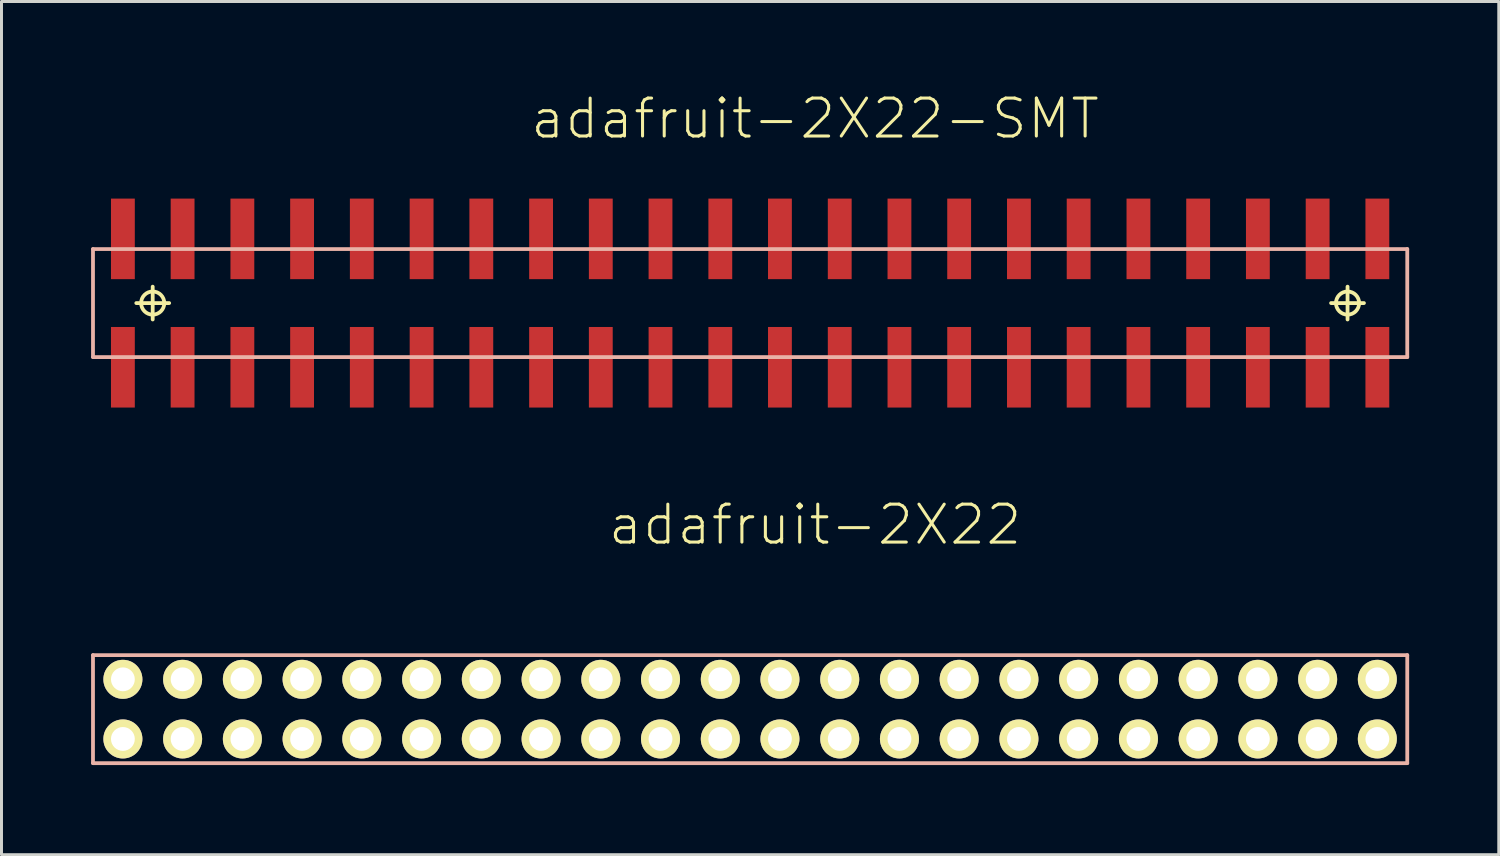
<source format=kicad_pcb>
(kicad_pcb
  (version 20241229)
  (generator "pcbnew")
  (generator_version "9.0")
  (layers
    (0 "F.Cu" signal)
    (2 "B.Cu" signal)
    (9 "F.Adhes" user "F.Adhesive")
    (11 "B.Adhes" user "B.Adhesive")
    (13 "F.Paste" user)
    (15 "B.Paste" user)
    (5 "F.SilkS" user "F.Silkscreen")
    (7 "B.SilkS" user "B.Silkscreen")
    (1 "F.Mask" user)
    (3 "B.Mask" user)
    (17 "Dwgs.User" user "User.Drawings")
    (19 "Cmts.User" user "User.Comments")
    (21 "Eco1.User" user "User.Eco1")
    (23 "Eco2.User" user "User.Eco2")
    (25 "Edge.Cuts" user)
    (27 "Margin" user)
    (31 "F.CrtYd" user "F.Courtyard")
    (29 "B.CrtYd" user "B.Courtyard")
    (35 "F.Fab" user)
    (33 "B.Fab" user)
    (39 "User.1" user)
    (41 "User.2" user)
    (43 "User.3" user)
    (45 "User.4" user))
  (footprint "adafruit-2X22"
    (layer "F.Cu")
    (at 22.062 20.69)
    (property "Reference" "adafruit-2X22" (at 2.174 -6.175 0) (layer "F.SilkS") (effects (font (size 1.27 1.27) (thickness 0.102))))
    (attr exclude_from_pos_files exclude_from_bom)
    (fp_line (start -21.999 -1.808) (end -21.999 1.808) (stroke (width 0.127) (type solid)) (layer "B.SilkS"))
    (fp_line (start -21.999 1.808) (end 21.999 1.808) (stroke (width 0.127) (type solid)) (layer "B.SilkS"))
    (fp_line (start 21.999 -1.808) (end -21.999 -1.808) (stroke (width 0.127) (type solid)) (layer "B.SilkS"))
    (fp_line (start 21.999 1.808) (end 21.999 -1.808) (stroke (width 0.127) (type solid)) (layer "B.SilkS"))
    (pad "1" thru_hole circle (at -20.998 -0.998) (size 1.306 1.306) (drill 0.798) (layers "*.Cu" "F.Mask" "F.SilkS" "F.Paste"))
    (pad "2" thru_hole circle (at -20.998 0.998) (size 1.306 1.306) (drill 0.798) (layers "*.Cu" "F.Mask" "F.SilkS" "F.Paste"))
    (pad "3" thru_hole circle (at -18.999 -0.998) (size 1.306 1.306) (drill 0.798) (layers "*.Cu" "F.Mask" "F.SilkS" "F.Paste"))
    (pad "4" thru_hole circle (at -18.999 0.998) (size 1.306 1.306) (drill 0.798) (layers "*.Cu" "F.Mask" "F.SilkS" "F.Paste"))
    (pad "5" thru_hole circle (at -16.998 -0.998) (size 1.306 1.306) (drill 0.798) (layers "*.Cu" "F.Mask" "F.SilkS" "F.Paste"))
    (pad "6" thru_hole circle (at -16.998 0.998) (size 1.306 1.306) (drill 0.798) (layers "*.Cu" "F.Mask" "F.SilkS" "F.Paste"))
    (pad "7" thru_hole circle (at -14.999 -0.998) (size 1.306 1.306) (drill 0.798) (layers "*.Cu" "F.Mask" "F.SilkS" "F.Paste"))
    (pad "8" thru_hole circle (at -14.999 0.998) (size 1.306 1.306) (drill 0.798) (layers "*.Cu" "F.Mask" "F.SilkS" "F.Paste"))
    (pad "9" thru_hole circle (at -13 -0.998) (size 1.306 1.306) (drill 0.798) (layers "*.Cu" "F.Mask" "F.SilkS" "F.Paste"))
    (pad "10" thru_hole circle (at -13 0.998) (size 1.306 1.306) (drill 0.798) (layers "*.Cu" "F.Mask" "F.SilkS" "F.Paste"))
    (pad "11" thru_hole circle (at -10.998 -0.998) (size 1.306 1.306) (drill 0.798) (layers "*.Cu" "F.Mask" "F.SilkS" "F.Paste"))
    (pad "12" thru_hole circle (at -10.998 0.998) (size 1.306 1.306) (drill 0.798) (layers "*.Cu" "F.Mask" "F.SilkS" "F.Paste"))
    (pad "13" thru_hole circle (at -8.999 -0.998) (size 1.306 1.306) (drill 0.798) (layers "*.Cu" "F.Mask" "F.SilkS" "F.Paste"))
    (pad "14" thru_hole circle (at -8.999 0.998) (size 1.306 1.306) (drill 0.798) (layers "*.Cu" "F.Mask" "F.SilkS" "F.Paste"))
    (pad "15" thru_hole circle (at -6.998 -0.998) (size 1.306 1.306) (drill 0.798) (layers "*.Cu" "F.Mask" "F.SilkS" "F.Paste"))
    (pad "16" thru_hole circle (at -6.998 0.998) (size 1.306 1.306) (drill 0.798) (layers "*.Cu" "F.Mask" "F.SilkS" "F.Paste"))
    (pad "17" thru_hole circle (at -4.999 -0.998) (size 1.306 1.306) (drill 0.798) (layers "*.Cu" "F.Mask" "F.SilkS" "F.Paste"))
    (pad "18" thru_hole circle (at -4.999 0.998) (size 1.306 1.306) (drill 0.798) (layers "*.Cu" "F.Mask" "F.SilkS" "F.Paste"))
    (pad "19" thru_hole circle (at -3 -0.998) (size 1.306 1.306) (drill 0.798) (layers "*.Cu" "F.Mask" "F.SilkS" "F.Paste"))
    (pad "20" thru_hole circle (at -3 0.998) (size 1.306 1.306) (drill 0.798) (layers "*.Cu" "F.Mask" "F.SilkS" "F.Paste"))
    (pad "21" thru_hole circle (at -0.998 -0.998) (size 1.306 1.306) (drill 0.798) (layers "*.Cu" "F.Mask" "F.SilkS" "F.Paste"))
    (pad "22" thru_hole circle (at -0.998 0.998) (size 1.306 1.306) (drill 0.798) (layers "*.Cu" "F.Mask" "F.SilkS" "F.Paste"))
    (pad "23" thru_hole circle (at 0.998 -0.998) (size 1.306 1.306) (drill 0.798) (layers "*.Cu" "F.Mask" "F.SilkS" "F.Paste"))
    (pad "24" thru_hole circle (at 0.998 0.998) (size 1.306 1.306) (drill 0.798) (layers "*.Cu" "F.Mask" "F.SilkS" "F.Paste"))
    (pad "25" thru_hole circle (at 3 -0.998) (size 1.306 1.306) (drill 0.798) (layers "*.Cu" "F.Mask" "F.SilkS" "F.Paste"))
    (pad "26" thru_hole circle (at 3 0.998) (size 1.306 1.306) (drill 0.798) (layers "*.Cu" "F.Mask" "F.SilkS" "F.Paste"))
    (pad "27" thru_hole circle (at 4.999 -0.998) (size 1.306 1.306) (drill 0.798) (layers "*.Cu" "F.Mask" "F.SilkS" "F.Paste"))
    (pad "28" thru_hole circle (at 4.999 0.998) (size 1.306 1.306) (drill 0.798) (layers "*.Cu" "F.Mask" "F.SilkS" "F.Paste"))
    (pad "29" thru_hole circle (at 6.998 -0.998) (size 1.306 1.306) (drill 0.798) (layers "*.Cu" "F.Mask" "F.SilkS" "F.Paste"))
    (pad "30" thru_hole circle (at 6.998 0.998) (size 1.306 1.306) (drill 0.798) (layers "*.Cu" "F.Mask" "F.SilkS" "F.Paste"))
    (pad "31" thru_hole circle (at 8.999 -0.998) (size 1.306 1.306) (drill 0.798) (layers "*.Cu" "F.Mask" "F.SilkS" "F.Paste"))
    (pad "32" thru_hole circle (at 8.999 0.998) (size 1.306 1.306) (drill 0.798) (layers "*.Cu" "F.Mask" "F.SilkS" "F.Paste"))
    (pad "33" thru_hole circle (at 10.998 -0.998) (size 1.306 1.306) (drill 0.798) (layers "*.Cu" "F.Mask" "F.SilkS" "F.Paste"))
    (pad "34" thru_hole circle (at 10.998 0.998) (size 1.306 1.306) (drill 0.798) (layers "*.Cu" "F.Mask" "F.SilkS" "F.Paste"))
    (pad "35" thru_hole circle (at 13 -0.998) (size 1.306 1.306) (drill 0.798) (layers "*.Cu" "F.Mask" "F.SilkS" "F.Paste"))
    (pad "36" thru_hole circle (at 13 0.998) (size 1.306 1.306) (drill 0.798) (layers "*.Cu" "F.Mask" "F.SilkS" "F.Paste"))
    (pad "37" thru_hole circle (at 14.999 -0.998) (size 1.306 1.306) (drill 0.798) (layers "*.Cu" "F.Mask" "F.SilkS" "F.Paste"))
    (pad "38" thru_hole circle (at 14.999 0.998) (size 1.306 1.306) (drill 0.798) (layers "*.Cu" "F.Mask" "F.SilkS" "F.Paste"))
    (pad "39" thru_hole circle (at 16.998 -0.998) (size 1.306 1.306) (drill 0.798) (layers "*.Cu" "F.Mask" "F.SilkS" "F.Paste"))
    (pad "40" thru_hole circle (at 16.998 0.998) (size 1.306 1.306) (drill 0.798) (layers "*.Cu" "F.Mask" "F.SilkS" "F.Paste"))
    (pad "41" thru_hole circle (at 18.999 -0.998) (size 1.306 1.306) (drill 0.798) (layers "*.Cu" "F.Mask" "F.SilkS" "F.Paste"))
    (pad "42" thru_hole circle (at 18.999 0.998) (size 1.306 1.306) (drill 0.798) (layers "*.Cu" "F.Mask" "F.SilkS" "F.Paste"))
    (pad "43" thru_hole circle (at 20.998 -0.998) (size 1.306 1.306) (drill 0.798) (layers "*.Cu" "F.Mask" "F.SilkS" "F.Paste"))
    (pad "44" thru_hole circle (at 20.998 0.998) (size 1.306 1.306) (drill 0.798) (layers "*.Cu" "F.Mask" "F.SilkS" "F.Paste")))
  (footprint "adafruit-2X22-SMT"
    (layer "F.Cu")
    (at 22.062 7.096)
    (property "Reference" "adafruit-2X22-SMT" (at 2.174 -6.175 0) (layer "F.SilkS") (effects (font (size 1.27 1.27) (thickness 0.102))))
    (attr smd)
    (fp_line (start -20.549 0) (end -19.449 0) (stroke (width 0.127) (type solid)) (layer "F.SilkS"))
    (fp_line (start -20 0.549) (end -20 -0.549) (stroke (width 0.127) (type solid)) (layer "F.SilkS"))
    (fp_line (start 19.449 0) (end 20.549 0) (stroke (width 0.127) (type solid)) (layer "F.SilkS"))
    (fp_line (start 20 0.549) (end 20 -0.549) (stroke (width 0.127) (type solid)) (layer "F.SilkS"))
    (fp_circle (center -20 0) (end -20.274 0.274) (stroke (width 0.127) (type solid)) (fill no) (layer "F.SilkS"))
    (fp_circle (center 20 0) (end 20.274 0.274) (stroke (width 0.127) (type solid)) (fill no) (layer "F.SilkS"))
    (fp_line (start -21.999 -1.808) (end -21.999 1.808) (stroke (width 0.127) (type solid)) (layer "B.SilkS"))
    (fp_line (start -21.999 1.808) (end 21.999 1.808) (stroke (width 0.127) (type solid)) (layer "B.SilkS"))
    (fp_line (start 21.999 -1.808) (end -21.999 -1.808) (stroke (width 0.127) (type solid)) (layer "B.SilkS"))
    (fp_line (start 21.999 1.808) (end 21.999 -1.808) (stroke (width 0.127) (type solid)) (layer "B.SilkS"))
    (pad "1" smd rect (at -20.998 -2.149 90) (size 2.697 0.798) (layers "F.Cu" "F.Mask" "F.Paste"))
    (pad "2" smd rect (at -20.998 2.149 90) (size 2.697 0.798) (layers "F.Cu" "F.Mask" "F.Paste"))
    (pad "3" smd rect (at -18.999 -2.149 90) (size 2.697 0.798) (layers "F.Cu" "F.Mask" "F.Paste"))
    (pad "4" smd rect (at -18.999 2.149 90) (size 2.697 0.798) (layers "F.Cu" "F.Mask" "F.Paste"))
    (pad "5" smd rect (at -16.998 -2.149 90) (size 2.697 0.798) (layers "F.Cu" "F.Mask" "F.Paste"))
    (pad "6" smd rect (at -16.998 2.149 90) (size 2.697 0.798) (layers "F.Cu" "F.Mask" "F.Paste"))
    (pad "7" smd rect (at -14.999 -2.149 90) (size 2.697 0.798) (layers "F.Cu" "F.Mask" "F.Paste"))
    (pad "8" smd rect (at -14.999 2.149 90) (size 2.697 0.798) (layers "F.Cu" "F.Mask" "F.Paste"))
    (pad "9" smd rect (at -13 -2.149 90) (size 2.697 0.798) (layers "F.Cu" "F.Mask" "F.Paste"))
    (pad "10" smd rect (at -13 2.149 90) (size 2.697 0.798) (layers "F.Cu" "F.Mask" "F.Paste"))
    (pad "11" smd rect (at -10.998 -2.149 90) (size 2.697 0.798) (layers "F.Cu" "F.Mask" "F.Paste"))
    (pad "12" smd rect (at -10.998 2.149 90) (size 2.697 0.798) (layers "F.Cu" "F.Mask" "F.Paste"))
    (pad "13" smd rect (at -8.999 -2.149 90) (size 2.697 0.798) (layers "F.Cu" "F.Mask" "F.Paste"))
    (pad "14" smd rect (at -8.999 2.149 90) (size 2.697 0.798) (layers "F.Cu" "F.Mask" "F.Paste"))
    (pad "15" smd rect (at -6.998 -2.149 90) (size 2.697 0.798) (layers "F.Cu" "F.Mask" "F.Paste"))
    (pad "16" smd rect (at -6.998 2.149 90) (size 2.697 0.798) (layers "F.Cu" "F.Mask" "F.Paste"))
    (pad "17" smd rect (at -4.999 -2.149 90) (size 2.697 0.798) (layers "F.Cu" "F.Mask" "F.Paste"))
    (pad "18" smd rect (at -4.999 2.149 90) (size 2.697 0.798) (layers "F.Cu" "F.Mask" "F.Paste"))
    (pad "19" smd rect (at -3 -2.149 90) (size 2.697 0.798) (layers "F.Cu" "F.Mask" "F.Paste"))
    (pad "20" smd rect (at -3 2.149 90) (size 2.697 0.798) (layers "F.Cu" "F.Mask" "F.Paste"))
    (pad "21" smd rect (at -0.998 -2.149 90) (size 2.697 0.798) (layers "F.Cu" "F.Mask" "F.Paste"))
    (pad "22" smd rect (at -0.998 2.149 90) (size 2.697 0.798) (layers "F.Cu" "F.Mask" "F.Paste"))
    (pad "23" smd rect (at 0.998 -2.149 90) (size 2.697 0.798) (layers "F.Cu" "F.Mask" "F.Paste"))
    (pad "24" smd rect (at 0.998 2.149 90) (size 2.697 0.798) (layers "F.Cu" "F.Mask" "F.Paste"))
    (pad "25" smd rect (at 3 -2.149 90) (size 2.697 0.798) (layers "F.Cu" "F.Mask" "F.Paste"))
    (pad "26" smd rect (at 3 2.149 90) (size 2.697 0.798) (layers "F.Cu" "F.Mask" "F.Paste"))
    (pad "27" smd rect (at 4.999 -2.149 90) (size 2.697 0.798) (layers "F.Cu" "F.Mask" "F.Paste"))
    (pad "28" smd rect (at 4.999 2.149 90) (size 2.697 0.798) (layers "F.Cu" "F.Mask" "F.Paste"))
    (pad "29" smd rect (at 6.998 -2.149 90) (size 2.697 0.798) (layers "F.Cu" "F.Mask" "F.Paste"))
    (pad "30" smd rect (at 6.998 2.149 90) (size 2.697 0.798) (layers "F.Cu" "F.Mask" "F.Paste"))
    (pad "31" smd rect (at 8.999 -2.149 90) (size 2.697 0.798) (layers "F.Cu" "F.Mask" "F.Paste"))
    (pad "32" smd rect (at 8.999 2.149 90) (size 2.697 0.798) (layers "F.Cu" "F.Mask" "F.Paste"))
    (pad "33" smd rect (at 10.998 -2.149 90) (size 2.697 0.798) (layers "F.Cu" "F.Mask" "F.Paste"))
    (pad "34" smd rect (at 10.998 2.149 90) (size 2.697 0.798) (layers "F.Cu" "F.Mask" "F.Paste"))
    (pad "35" smd rect (at 13 -2.149 90) (size 2.697 0.798) (layers "F.Cu" "F.Mask" "F.Paste"))
    (pad "36" smd rect (at 13 2.149 90) (size 2.697 0.798) (layers "F.Cu" "F.Mask" "F.Paste"))
    (pad "37" smd rect (at 14.999 -2.149 90) (size 2.697 0.798) (layers "F.Cu" "F.Mask" "F.Paste"))
    (pad "38" smd rect (at 14.999 2.149 90) (size 2.697 0.798) (layers "F.Cu" "F.Mask" "F.Paste"))
    (pad "39" smd rect (at 16.998 -2.149 90) (size 2.697 0.798) (layers "F.Cu" "F.Mask" "F.Paste"))
    (pad "40" smd rect (at 16.998 2.149 90) (size 2.697 0.798) (layers "F.Cu" "F.Mask" "F.Paste"))
    (pad "41" smd rect (at 18.999 -2.149 90) (size 2.697 0.798) (layers "F.Cu" "F.Mask" "F.Paste"))
    (pad "42" smd rect (at 18.999 2.149 90) (size 2.697 0.798) (layers "F.Cu" "F.Mask" "F.Paste"))
    (pad "43" smd rect (at 20.998 -2.149 90) (size 2.697 0.798) (layers "F.Cu" "F.Mask" "F.Paste"))
    (pad "44" smd rect (at 20.998 2.149 90) (size 2.697 0.798) (layers "F.Cu" "F.Mask" "F.Paste")))
  (gr_rect
    (start -3 -3)
    (end 47.125 25.562)
    (stroke (width 0.1) (type default))
    (fill no)
    (layer "Edge.Cuts")))
</source>
